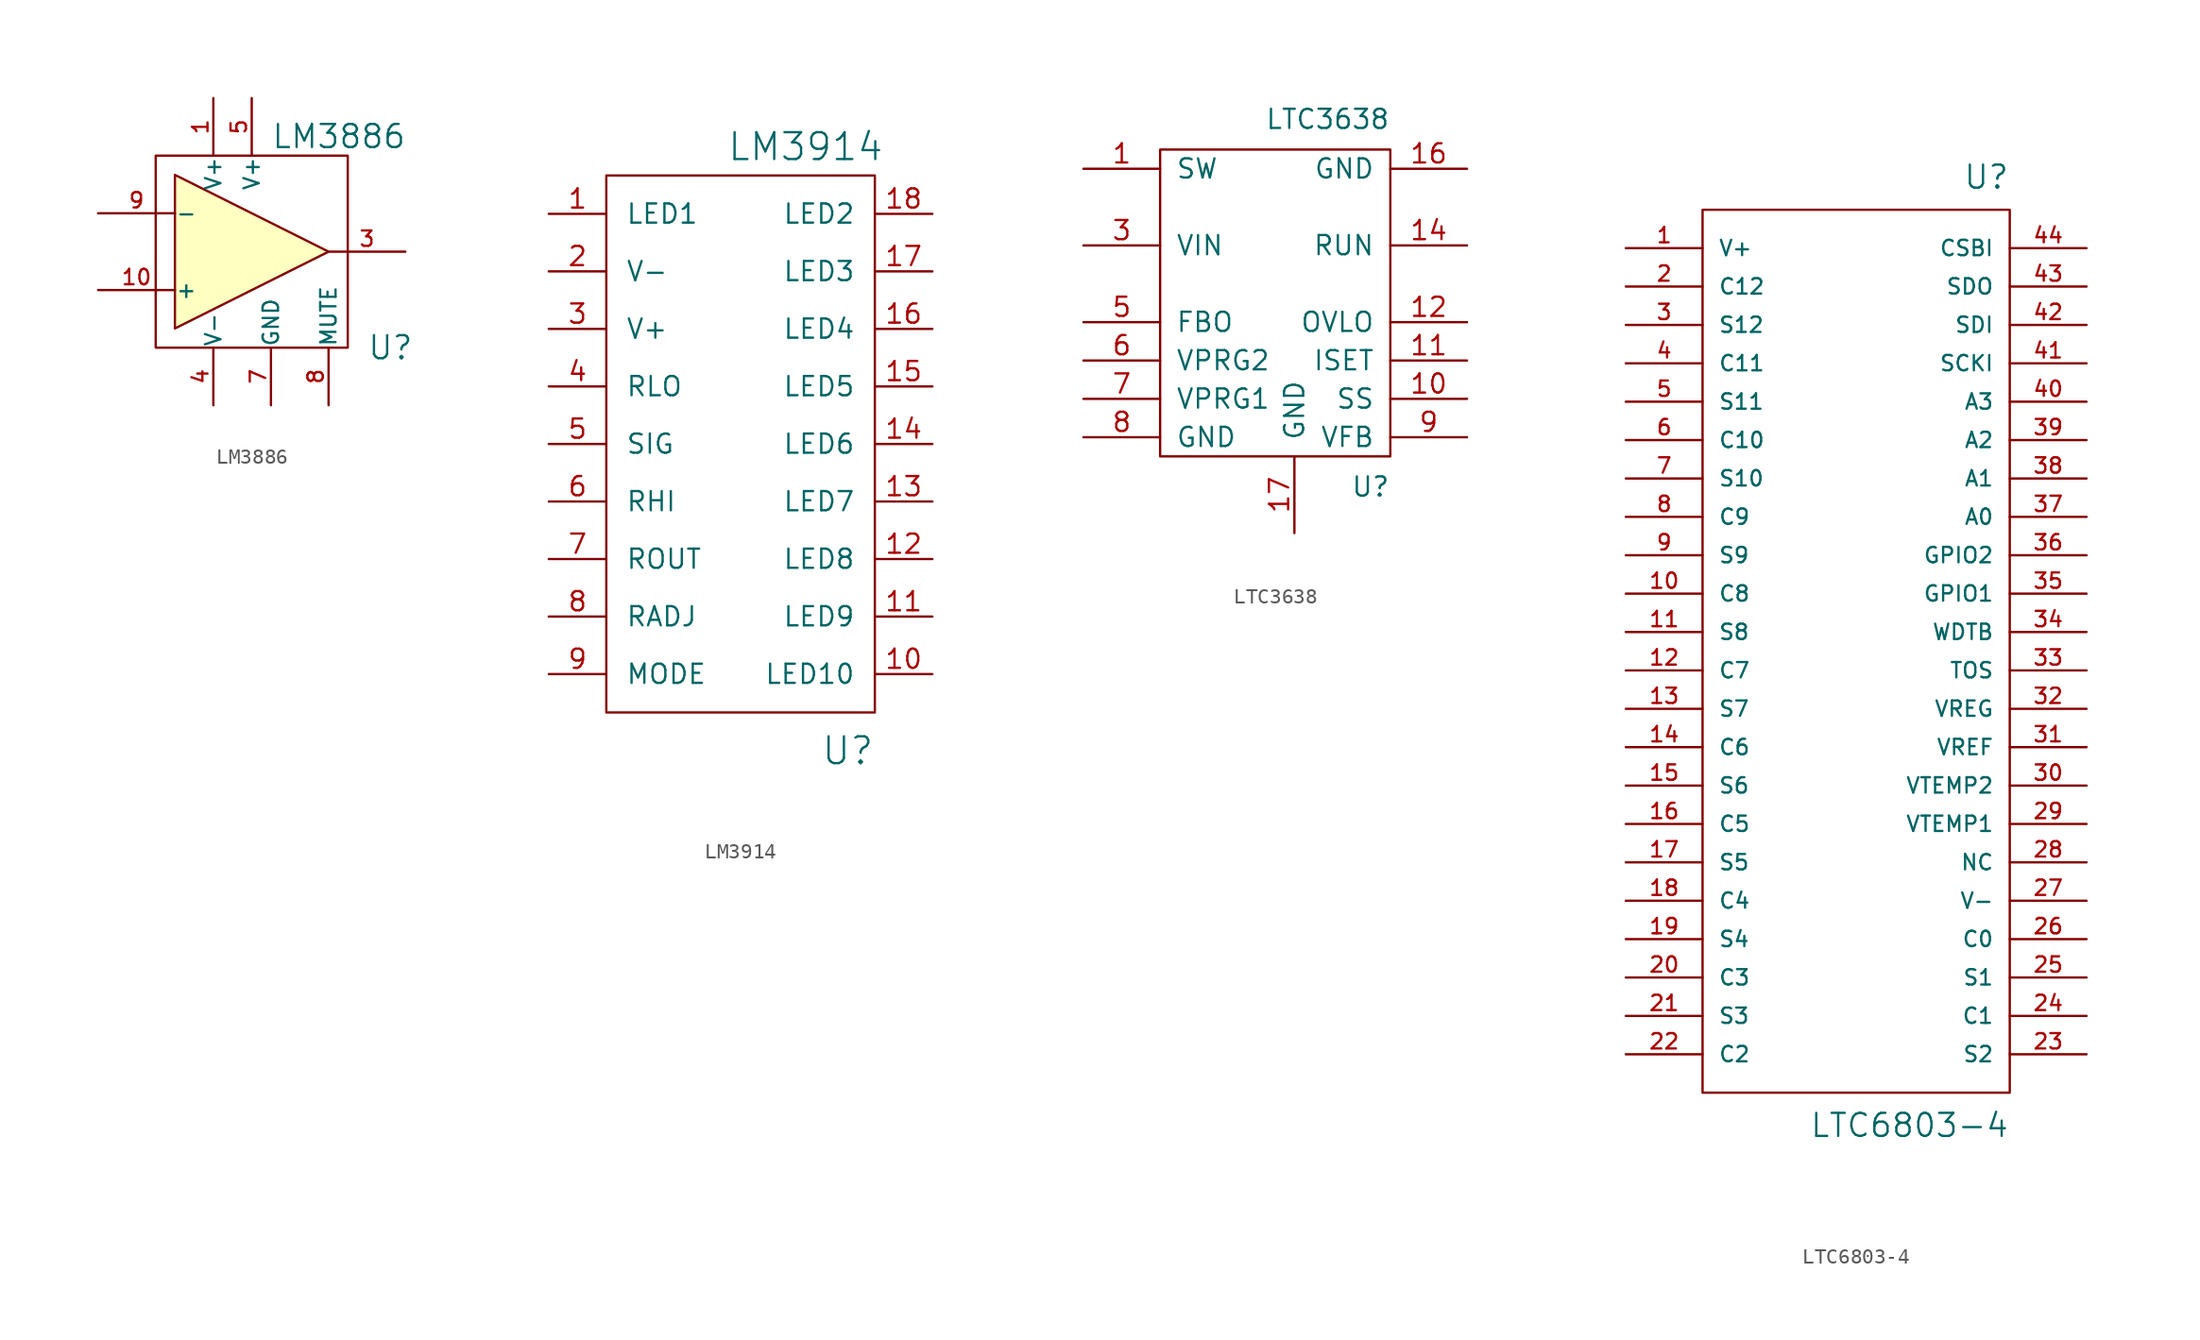
<source format=kicad_sym>
(kicad_symbol_lib
  (version 20211014)
  (generator kicad_symbol_editor)
  (symbol "LM3886"
    (pin_names
      (offset 0.025))
    (property "Reference" "U"
      (at 7.62 -6.35 0)
      (effects (font (size 1.524 1.524)) (justify left)))
    (property "Value" "LM3886"
      (at 1.27 7.62 0)
      (effects (font (size 1.524 1.524)) (justify left)))
    (property "Footprint" ""
      (at 0 0 0)
      (effects (font (size 1.524 1.524))))
    (property "Datasheet" ""
      (at 0 0 0)
      (effects (font (size 1.524 1.524))))
    (symbol "LM3886_0_1"
      (rectangle (start -6.35 6.35) (end 6.35 -6.35) (stroke (width 0) (type default) (color 0 0 0 0)) (fill (type none)))
      (polyline (pts (xy -5.08 5.08) (xy 5.08 0) (xy -5.08 -5.08) (xy -5.08 5.08)) (stroke (width 0.152) (type default) (color 0 0 0 0)) (fill (type background))))
    (symbol "LM3886_1_1"
      (pin power_in line (at -2.54 10.16 270) (length 3.81) (name "V+" (effects (font (size 1.016 1.016)))) (number "1" (effects (font (size 1.016 1.016)))))
      (pin input line (at -10.16 -2.54 0) (length 5.08) (name "+" (effects (font (size 1.016 1.016)))) (number "10" (effects (font (size 1.016 1.016)))))
      (pin no_connect line (at 6.35 2.54 180) (length 2.54) hide (name "NC" (effects (font (size 1.016 1.016)))) (number "11" (effects (font (size 1.016 1.016)))))
      (pin no_connect line (at 6.35 5.08 180) (length 2.54) hide (name "NC" (effects (font (size 1.016 1.016)))) (number "2" (effects (font (size 1.016 1.016)))))
      (pin output line (at 10.16 0 180) (length 5.08) (name "~" (effects (font (size 1.016 1.016)))) (number "3" (effects (font (size 1.016 1.016)))))
      (pin power_in line (at -2.54 -10.16 90) (length 3.81) (name "V-" (effects (font (size 1.016 1.016)))) (number "4" (effects (font (size 1.016 1.016)))))
      (pin power_in line (at 0 10.16 270) (length 3.81) (name "V+" (effects (font (size 1.016 1.016)))) (number "5" (effects (font (size 1.016 1.016)))))
      (pin no_connect line (at 6.35 3.81 180) (length 2.54) hide (name "NC" (effects (font (size 1.016 1.016)))) (number "6" (effects (font (size 1.016 1.016)))))
      (pin passive line (at 1.27 -10.16 90) (length 3.81) (name "GND" (effects (font (size 1.016 1.016)))) (number "7" (effects (font (size 1.016 1.016)))))
      (pin input line (at 5.08 -10.16 90) (length 3.81) (name "MUTE" (effects (font (size 1.016 1.016)))) (number "8" (effects (font (size 1.016 1.016)))))
      (pin input line (at -10.16 2.54 0) (length 5.08) (name "-" (effects (font (size 1.016 1.016)))) (number "9" (effects (font (size 1.016 1.016)))))))
  (symbol "LM3914"
    (pin_names
      (offset 1.27))
    (property "Reference" "U"
      (at 8.89 -30.48 0)
      (effects (font (size 1.778 1.778)) (justify right)))
    (property "Value" "LM3914"
      (at 9.525 9.525 0)
      (effects (font (size 1.778 1.778)) (justify right)))
    (property "Footprint" ""
      (at 0 0 0)
      (effects (font (size 1.524 1.524))))
    (property "Datasheet" ""
      (at 0 0 0)
      (effects (font (size 1.524 1.524))))
    (symbol "LM3914_0_1"
      (rectangle (start -8.89 -27.94) (end 8.89 7.62) (stroke (width 0) (type default) (color 0 0 0 0)) (fill (type none))))
    (symbol "LM3914_1_1"
      (pin input line (at -12.7 5.08 0) (length 3.81) (name "LED1" (effects (font (size 1.27 1.27)))) (number "1" (effects (font (size 1.27 1.27)))))
      (pin input line (at 12.7 -25.4 180) (length 3.81) (name "LED10" (effects (font (size 1.27 1.27)))) (number "10" (effects (font (size 1.27 1.27)))))
      (pin input line (at 12.7 -21.59 180) (length 3.81) (name "LED9" (effects (font (size 1.27 1.27)))) (number "11" (effects (font (size 1.27 1.27)))))
      (pin input line (at 12.7 -17.78 180) (length 3.81) (name "LED8" (effects (font (size 1.27 1.27)))) (number "12" (effects (font (size 1.27 1.27)))))
      (pin input line (at 12.7 -13.97 180) (length 3.81) (name "LED7" (effects (font (size 1.27 1.27)))) (number "13" (effects (font (size 1.27 1.27)))))
      (pin input line (at 12.7 -10.16 180) (length 3.81) (name "LED6" (effects (font (size 1.27 1.27)))) (number "14" (effects (font (size 1.27 1.27)))))
      (pin passive line (at 12.7 -6.35 180) (length 3.81) (name "LED5" (effects (font (size 1.27 1.27)))) (number "15" (effects (font (size 1.27 1.27)))))
      (pin power_in line (at 12.7 -2.54 180) (length 3.81) (name "LED4" (effects (font (size 1.27 1.27)))) (number "16" (effects (font (size 1.27 1.27)))))
      (pin output line (at 12.7 1.27 180) (length 3.81) (name "LED3" (effects (font (size 1.27 1.27)))) (number "17" (effects (font (size 1.27 1.27)))))
      (pin power_in line (at 12.7 5.08 180) (length 3.81) (name "LED2" (effects (font (size 1.27 1.27)))) (number "18" (effects (font (size 1.27 1.27)))))
      (pin input line (at -12.7 1.27 0) (length 3.81) (name "V-" (effects (font (size 1.27 1.27)))) (number "2" (effects (font (size 1.27 1.27)))))
      (pin input line (at -12.7 -2.54 0) (length 3.81) (name "V+" (effects (font (size 1.27 1.27)))) (number "3" (effects (font (size 1.27 1.27)))))
      (pin input line (at -12.7 -6.35 0) (length 3.81) (name "RLO" (effects (font (size 1.27 1.27)))) (number "4" (effects (font (size 1.27 1.27)))))
      (pin input line (at -12.7 -10.16 0) (length 3.81) (name "SIG" (effects (font (size 1.27 1.27)))) (number "5" (effects (font (size 1.27 1.27)))))
      (pin input line (at -12.7 -13.97 0) (length 3.81) (name "RHI" (effects (font (size 1.27 1.27)))) (number "6" (effects (font (size 1.27 1.27)))))
      (pin input line (at -12.7 -17.78 0) (length 3.81) (name "ROUT" (effects (font (size 1.27 1.27)))) (number "7" (effects (font (size 1.27 1.27)))))
      (pin input line (at -12.7 -21.59 0) (length 3.81) (name "RADJ" (effects (font (size 1.27 1.27)))) (number "8" (effects (font (size 1.27 1.27)))))
      (pin input line (at -12.7 -25.4 0) (length 3.81) (name "MODE" (effects (font (size 1.27 1.27)))) (number "9" (effects (font (size 1.27 1.27)))))))
  (symbol "LTC3638"
    (pin_names
      (offset 1.016))
    (property "Reference" "U"
      (at 7.62 -11.43 0)
      (effects (font (size 1.27 1.27)) (justify right top)))
    (property "Value" "LTC3638"
      (at 7.62 11.43 0)
      (effects (font (size 1.27 1.27)) (justify right bottom)))
    (property "Footprint" ""
      (at 0 0 0)
      (effects (font (size 1.016 1.016))))
    (property "Datasheet" ""
      (at 0 0 0)
      (effects (font (size 1.016 1.016))))
    (symbol "LTC3638_0_1"
      (rectangle (start -7.62 10.16) (end 7.62 -10.16) (stroke (width 0) (type default) (color 0 0 0 0)) (fill (type none))))
    (symbol "LTC3638_1_1"
      (pin power_in line (at -12.7 8.89 0) (length 5.08) (name "SW" (effects (font (size 1.27 1.27)))) (number "1" (effects (font (size 1.27 1.27)))))
      (pin input line (at 12.7 -6.35 180) (length 5.08) (name "SS" (effects (font (size 1.27 1.27)))) (number "10" (effects (font (size 1.27 1.27)))))
      (pin input line (at 12.7 -3.81 180) (length 5.08) (name "ISET" (effects (font (size 1.27 1.27)))) (number "11" (effects (font (size 1.27 1.27)))))
      (pin input line (at 12.7 -1.27 180) (length 5.08) (name "OVLO" (effects (font (size 1.27 1.27)))) (number "12" (effects (font (size 1.27 1.27)))))
      (pin input line (at 12.7 3.81 180) (length 5.08) (name "RUN" (effects (font (size 1.27 1.27)))) (number "14" (effects (font (size 1.27 1.27)))))
      (pin power_out line (at 12.7 8.89 180) (length 5.08) (name "GND" (effects (font (size 1.27 1.27)))) (number "16" (effects (font (size 1.27 1.27)))))
      (pin power_out line (at 1.27 -15.24 90) (length 5.08) (name "GND" (effects (font (size 1.27 1.27)))) (number "17" (effects (font (size 1.27 1.27)))))
      (pin power_in line (at -12.7 3.81 0) (length 5.08) (name "VIN" (effects (font (size 1.27 1.27)))) (number "3" (effects (font (size 1.27 1.27)))))
      (pin output line (at -12.7 -1.27 0) (length 5.08) (name "FBO" (effects (font (size 1.27 1.27)))) (number "5" (effects (font (size 1.27 1.27)))))
      (pin input line (at -12.7 -3.81 0) (length 5.08) (name "VPRG2" (effects (font (size 1.27 1.27)))) (number "6" (effects (font (size 1.27 1.27)))))
      (pin input line (at -12.7 -6.35 0) (length 5.08) (name "VPRG1" (effects (font (size 1.27 1.27)))) (number "7" (effects (font (size 1.27 1.27)))))
      (pin power_out line (at -12.7 -8.89 0) (length 5.08) (name "GND" (effects (font (size 1.27 1.27)))) (number "8" (effects (font (size 1.27 1.27)))))
      (pin input line (at 12.7 -8.89 180) (length 5.08) (name "VFB" (effects (font (size 1.27 1.27)))) (number "9" (effects (font (size 1.27 1.27)))))))
  (symbol "LTC6803-4"
    (pin_names
      (offset 1.016))
    (property "Reference" "U"
      (at 10.16 16.51 0)
      (effects (font (size 1.524 1.524)) (justify right bottom)))
    (property "Value" "LTC6803-4"
      (at 10.16 -44.45 0)
      (effects (font (size 1.524 1.524)) (justify right top)))
    (property "Footprint" ""
      (at 0 0 0)
      (effects (font (size 1.524 1.524))))
    (property "Datasheet" ""
      (at 0 0 0)
      (effects (font (size 1.524 1.524))))
    (symbol "LTC6803-4_0_1"
      (rectangle (start -10.16 15.24) (end 10.16 -43.18) (stroke (width 0) (type default) (color 0 0 0 0)) (fill (type none))))
    (symbol "LTC6803-4_1_1"
      (pin power_in line (at -15.24 12.7 0) (length 5.08) (name "V+" (effects (font (size 1.016 1.016)))) (number "1" (effects (font (size 1.016 1.016)))))
      (pin input line (at -15.24 -10.16 0) (length 5.08) (name "C8" (effects (font (size 1.016 1.016)))) (number "10" (effects (font (size 1.016 1.016)))))
      (pin output line (at -15.24 -12.7 0) (length 5.08) (name "S8" (effects (font (size 1.016 1.016)))) (number "11" (effects (font (size 1.016 1.016)))))
      (pin input line (at -15.24 -15.24 0) (length 5.08) (name "C7" (effects (font (size 1.016 1.016)))) (number "12" (effects (font (size 1.016 1.016)))))
      (pin output line (at -15.24 -17.78 0) (length 5.08) (name "S7" (effects (font (size 1.016 1.016)))) (number "13" (effects (font (size 1.016 1.016)))))
      (pin input line (at -15.24 -20.32 0) (length 5.08) (name "C6" (effects (font (size 1.016 1.016)))) (number "14" (effects (font (size 1.016 1.016)))))
      (pin output line (at -15.24 -22.86 0) (length 5.08) (name "S6" (effects (font (size 1.016 1.016)))) (number "15" (effects (font (size 1.016 1.016)))))
      (pin input line (at -15.24 -25.4 0) (length 5.08) (name "C5" (effects (font (size 1.016 1.016)))) (number "16" (effects (font (size 1.016 1.016)))))
      (pin output line (at -15.24 -27.94 0) (length 5.08) (name "S5" (effects (font (size 1.016 1.016)))) (number "17" (effects (font (size 1.016 1.016)))))
      (pin input line (at -15.24 -30.48 0) (length 5.08) (name "C4" (effects (font (size 1.016 1.016)))) (number "18" (effects (font (size 1.016 1.016)))))
      (pin output line (at -15.24 -33.02 0) (length 5.08) (name "S4" (effects (font (size 1.016 1.016)))) (number "19" (effects (font (size 1.016 1.016)))))
      (pin input line (at -15.24 10.16 0) (length 5.08) (name "C12" (effects (font (size 1.016 1.016)))) (number "2" (effects (font (size 1.016 1.016)))))
      (pin input line (at -15.24 -35.56 0) (length 5.08) (name "C3" (effects (font (size 1.016 1.016)))) (number "20" (effects (font (size 1.016 1.016)))))
      (pin output line (at -15.24 -38.1 0) (length 5.08) (name "S3" (effects (font (size 1.016 1.016)))) (number "21" (effects (font (size 1.016 1.016)))))
      (pin input line (at -15.24 -40.64 0) (length 5.08) (name "C2" (effects (font (size 1.016 1.016)))) (number "22" (effects (font (size 1.016 1.016)))))
      (pin output line (at 15.24 -40.64 180) (length 5.08) (name "S2" (effects (font (size 1.016 1.016)))) (number "23" (effects (font (size 1.016 1.016)))))
      (pin input line (at 15.24 -38.1 180) (length 5.08) (name "C1" (effects (font (size 1.016 1.016)))) (number "24" (effects (font (size 1.016 1.016)))))
      (pin output line (at 15.24 -35.56 180) (length 5.08) (name "S1" (effects (font (size 1.016 1.016)))) (number "25" (effects (font (size 1.016 1.016)))))
      (pin input line (at 15.24 -33.02 180) (length 5.08) (name "C0" (effects (font (size 1.016 1.016)))) (number "26" (effects (font (size 1.016 1.016)))))
      (pin power_in line (at 15.24 -30.48 180) (length 5.08) (name "V-" (effects (font (size 1.016 1.016)))) (number "27" (effects (font (size 1.016 1.016)))))
      (pin passive line (at 15.24 -27.94 180) (length 5.08) (name "NC" (effects (font (size 1.016 1.016)))) (number "28" (effects (font (size 1.016 1.016)))))
      (pin input line (at 15.24 -25.4 180) (length 5.08) (name "VTEMP1" (effects (font (size 1.016 1.016)))) (number "29" (effects (font (size 1.016 1.016)))))
      (pin output line (at -15.24 7.62 0) (length 5.08) (name "S12" (effects (font (size 1.016 1.016)))) (number "3" (effects (font (size 1.016 1.016)))))
      (pin input line (at 15.24 -22.86 180) (length 5.08) (name "VTEMP2" (effects (font (size 1.016 1.016)))) (number "30" (effects (font (size 1.016 1.016)))))
      (pin power_out line (at 15.24 -20.32 180) (length 5.08) (name "VREF" (effects (font (size 1.016 1.016)))) (number "31" (effects (font (size 1.016 1.016)))))
      (pin power_out line (at 15.24 -17.78 180) (length 5.08) (name "VREG" (effects (font (size 1.016 1.016)))) (number "32" (effects (font (size 1.016 1.016)))))
      (pin input line (at 15.24 -15.24 180) (length 5.08) (name "TOS" (effects (font (size 1.016 1.016)))) (number "33" (effects (font (size 1.016 1.016)))))
      (pin output line (at 15.24 -12.7 180) (length 5.08) (name "WDTB" (effects (font (size 1.016 1.016)))) (number "34" (effects (font (size 1.016 1.016)))))
      (pin bidirectional line (at 15.24 -10.16 180) (length 5.08) (name "GPIO1" (effects (font (size 1.016 1.016)))) (number "35" (effects (font (size 1.016 1.016)))))
      (pin bidirectional line (at 15.24 -7.62 180) (length 5.08) (name "GPIO2" (effects (font (size 1.016 1.016)))) (number "36" (effects (font (size 1.016 1.016)))))
      (pin input line (at 15.24 -5.08 180) (length 5.08) (name "A0" (effects (font (size 1.016 1.016)))) (number "37" (effects (font (size 1.016 1.016)))))
      (pin input line (at 15.24 -2.54 180) (length 5.08) (name "A1" (effects (font (size 1.016 1.016)))) (number "38" (effects (font (size 1.016 1.016)))))
      (pin input line (at 15.24 0 180) (length 5.08) (name "A2" (effects (font (size 1.016 1.016)))) (number "39" (effects (font (size 1.016 1.016)))))
      (pin input line (at -15.24 5.08 0) (length 5.08) (name "C11" (effects (font (size 1.016 1.016)))) (number "4" (effects (font (size 1.016 1.016)))))
      (pin input line (at 15.24 2.54 180) (length 5.08) (name "A3" (effects (font (size 1.016 1.016)))) (number "40" (effects (font (size 1.016 1.016)))))
      (pin input line (at 15.24 5.08 180) (length 5.08) (name "SCKI" (effects (font (size 1.016 1.016)))) (number "41" (effects (font (size 1.016 1.016)))))
      (pin input line (at 15.24 7.62 180) (length 5.08) (name "SDI" (effects (font (size 1.016 1.016)))) (number "42" (effects (font (size 1.016 1.016)))))
      (pin output line (at 15.24 10.16 180) (length 5.08) (name "SDO" (effects (font (size 1.016 1.016)))) (number "43" (effects (font (size 1.016 1.016)))))
      (pin input line (at 15.24 12.7 180) (length 5.08) (name "CSBI" (effects (font (size 1.016 1.016)))) (number "44" (effects (font (size 1.016 1.016)))))
      (pin output line (at -15.24 2.54 0) (length 5.08) (name "S11" (effects (font (size 1.016 1.016)))) (number "5" (effects (font (size 1.016 1.016)))))
      (pin input line (at -15.24 0 0) (length 5.08) (name "C10" (effects (font (size 1.016 1.016)))) (number "6" (effects (font (size 1.016 1.016)))))
      (pin output line (at -15.24 -2.54 0) (length 5.08) (name "S10" (effects (font (size 1.016 1.016)))) (number "7" (effects (font (size 1.016 1.016)))))
      (pin input line (at -15.24 -5.08 0) (length 5.08) (name "C9" (effects (font (size 1.016 1.016)))) (number "8" (effects (font (size 1.016 1.016)))))
      (pin output line (at -15.24 -7.62 0) (length 5.08) (name "S9" (effects (font (size 1.016 1.016)))) (number "9" (effects (font (size 1.016 1.016))))))))
</source>
